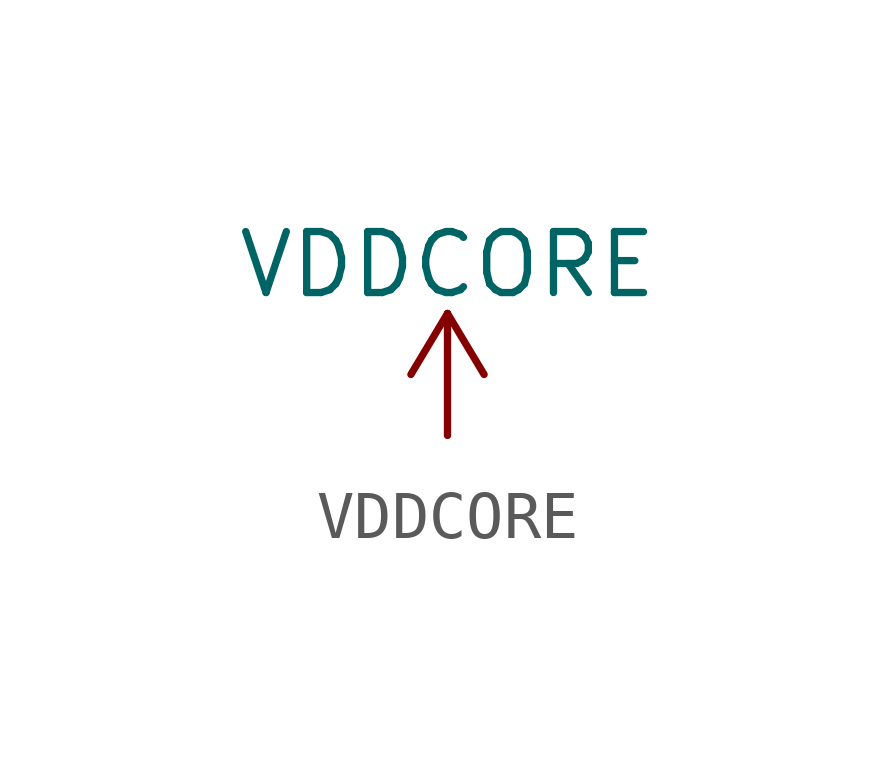
<source format=kicad_sym>
(kicad_symbol_lib
  (version 20211014)
  (generator kicad_symbol_editor)
  (symbol "VDDCORE"
    (power)
    (pin_names
      (offset 0))
    (property "Reference" "#PWR"
      (at 0 -3.81 0)
      (effects (font (size 1.27 1.27)) hide))
    (property "Value" "VDDCORE"
      (at 0 3.556 0)
      (effects (font (size 1.27 1.27))))
    (symbol "VDDCORE_0_1"
      (polyline (pts (xy -0.762 1.27) (xy 0 2.54)) (stroke (width 0) (type default) (color 0 0 0 0)) (fill (type none)))
      (polyline (pts (xy 0 0) (xy 0 2.54)) (stroke (width 0) (type default) (color 0 0 0 0)) (fill (type none)))
      (polyline (pts (xy 0 2.54) (xy 0.762 1.27)) (stroke (width 0) (type default) (color 0 0 0 0)) (fill (type none))))
    (symbol "VDDCORE_1_1"
      (pin power_in line (at 0 0 90) (length 0) hide (name "VDDCORE" (effects (font (size 1.27 1.27)))) (number "1" (effects (font (size 1.27 1.27))))))))
</source>
